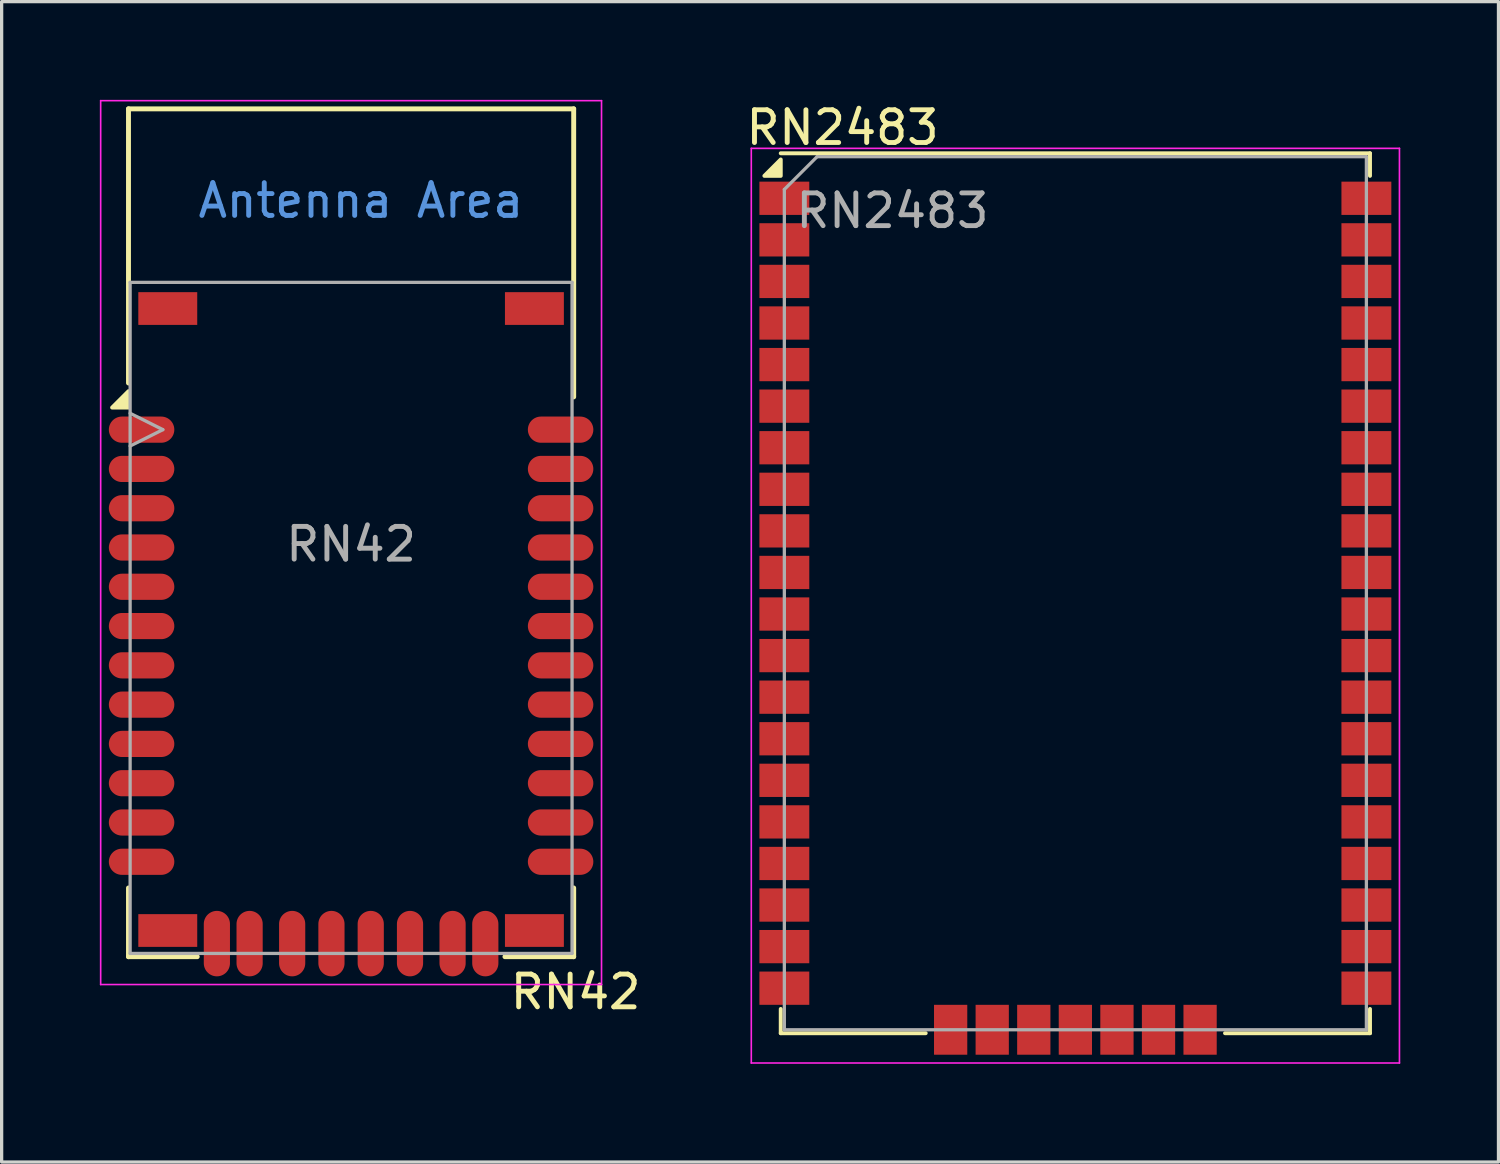
<source format=kicad_pcb>
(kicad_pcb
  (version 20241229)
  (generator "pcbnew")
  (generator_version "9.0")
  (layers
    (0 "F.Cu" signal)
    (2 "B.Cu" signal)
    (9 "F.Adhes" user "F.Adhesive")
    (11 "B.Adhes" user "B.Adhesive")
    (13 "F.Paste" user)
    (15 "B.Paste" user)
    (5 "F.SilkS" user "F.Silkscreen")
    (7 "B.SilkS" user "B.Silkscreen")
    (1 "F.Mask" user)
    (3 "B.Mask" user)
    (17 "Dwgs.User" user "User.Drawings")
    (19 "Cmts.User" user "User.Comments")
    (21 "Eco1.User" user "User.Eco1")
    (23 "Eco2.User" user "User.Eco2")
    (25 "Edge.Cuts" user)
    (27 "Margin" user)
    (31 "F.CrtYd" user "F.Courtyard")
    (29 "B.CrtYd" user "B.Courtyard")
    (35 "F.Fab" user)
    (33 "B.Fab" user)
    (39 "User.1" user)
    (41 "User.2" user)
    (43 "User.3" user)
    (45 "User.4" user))
  (footprint "RN2483"
    (layer "F.Cu")
    (at 29.8 15.072)
    (property "Reference" "RN2483" (at -7.112 -14.224 0) (layer "F.SilkS") (effects (font (size 1 1) (thickness 0.15))))
    (attr smd)
    (fp_line (start -9 -13.44) (end 9 -13.44) (stroke (width 0.12) (type solid)) (layer "F.SilkS"))
    (fp_line (start -9 12.7) (end -9 13.44) (stroke (width 0.12) (type solid)) (layer "F.SilkS"))
    (fp_line (start -9 13.44) (end -4.572 13.44) (stroke (width 0.12) (type solid)) (layer "F.SilkS"))
    (fp_line (start 4.572 13.44) (end 9 13.44) (stroke (width 0.12) (type solid)) (layer "F.SilkS"))
    (fp_line (start 9 -13.44) (end 9 -12.75) (stroke (width 0.12) (type solid)) (layer "F.SilkS"))
    (fp_line (start 9 13.44) (end 9 12.7) (stroke (width 0.12) (type solid)) (layer "F.SilkS"))
    (fp_poly (pts (xy -9 -12.75) (xy -9.5 -12.75) (xy -9 -13.25) (xy -9 -12.75)) (stroke (width 0.12) (type solid)) (fill yes) (layer "F.SilkS"))
    (fp_line (start -9.9 -13.59) (end 9.9 -13.59) (stroke (width 0.05) (type solid)) (layer "F.CrtYd"))
    (fp_line (start -9.9 14.35) (end -9.9 -13.59) (stroke (width 0.05) (type solid)) (layer "F.CrtYd"))
    (fp_line (start 9.9 -13.59) (end 9.9 14.35) (stroke (width 0.05) (type solid)) (layer "F.CrtYd"))
    (fp_line (start 9.9 14.35) (end -9.9 14.35) (stroke (width 0.05) (type solid)) (layer "F.CrtYd"))
    (fp_line (start -8.89 13.335) (end -8.89 -12.335) (stroke (width 0.1) (type solid)) (layer "F.Fab"))
    (fp_line (start -7.89 -13.335) (end -8.89 -12.335) (stroke (width 0.1) (type solid)) (layer "F.Fab"))
    (fp_line (start -7.89 -13.335) (end 8.89 -13.335) (stroke (width 0.1) (type solid)) (layer "F.Fab"))
    (fp_line (start 8.89 -13.335) (end 8.89 13.335) (stroke (width 0.1) (type solid)) (layer "F.Fab"))
    (fp_line (start 8.89 13.335) (end -8.89 13.335) (stroke (width 0.1) (type solid)) (layer "F.Fab"))
    (fp_text user "${REFERENCE}" (at -5.588 -11.684 0) (layer "F.Fab") (effects (font (size 1 1) (thickness 0.15))))
    (pad "1" smd rect (at -8.89 -12.065) (size 1.524 1.016) (layers "F.Cu" "F.Mask" "F.Paste"))
    (pad "2" smd rect (at -8.89 -10.795) (size 1.524 1.016) (layers "F.Cu" "F.Mask" "F.Paste"))
    (pad "3" smd rect (at -8.89 -9.525) (size 1.524 1.016) (layers "F.Cu" "F.Mask" "F.Paste"))
    (pad "4" smd rect (at -8.89 -8.255) (size 1.524 1.016) (layers "F.Cu" "F.Mask" "F.Paste"))
    (pad "5" smd rect (at -8.89 -6.985) (size 1.524 1.016) (layers "F.Cu" "F.Mask" "F.Paste"))
    (pad "6" smd rect (at -8.89 -5.715) (size 1.524 1.016) (layers "F.Cu" "F.Mask" "F.Paste"))
    (pad "7" smd rect (at -8.89 -4.445) (size 1.524 1.016) (layers "F.Cu" "F.Mask" "F.Paste"))
    (pad "8" smd rect (at -8.89 -3.175) (size 1.524 1.016) (layers "F.Cu" "F.Mask" "F.Paste"))
    (pad "9" smd rect (at -8.89 -1.905) (size 1.524 1.016) (layers "F.Cu" "F.Mask" "F.Paste"))
    (pad "10" smd rect (at -8.89 -0.635) (size 1.524 1.016) (layers "F.Cu" "F.Mask" "F.Paste"))
    (pad "11" smd rect (at -8.89 0.635) (size 1.524 1.016) (layers "F.Cu" "F.Mask" "F.Paste"))
    (pad "12" smd rect (at -8.89 1.905) (size 1.524 1.016) (layers "F.Cu" "F.Mask" "F.Paste"))
    (pad "13" smd rect (at -8.89 3.175) (size 1.524 1.016) (layers "F.Cu" "F.Mask" "F.Paste"))
    (pad "14" smd rect (at -8.89 4.445) (size 1.524 1.016) (layers "F.Cu" "F.Mask" "F.Paste"))
    (pad "15" smd rect (at -8.89 5.715) (size 1.524 1.016) (layers "F.Cu" "F.Mask" "F.Paste"))
    (pad "16" smd rect (at -8.89 6.985) (size 1.524 1.016) (layers "F.Cu" "F.Mask" "F.Paste"))
    (pad "17" smd rect (at -8.89 8.255) (size 1.524 1.016) (layers "F.Cu" "F.Mask" "F.Paste"))
    (pad "18" smd rect (at -8.89 9.525) (size 1.524 1.016) (layers "F.Cu" "F.Mask" "F.Paste"))
    (pad "19" smd rect (at -8.89 10.795) (size 1.524 1.016) (layers "F.Cu" "F.Mask" "F.Paste"))
    (pad "20" smd rect (at -8.89 12.065) (size 1.524 1.016) (layers "F.Cu" "F.Mask" "F.Paste"))
    (pad "21" smd rect (at -3.81 13.335 90) (size 1.524 1.016) (layers "F.Cu" "F.Mask" "F.Paste"))
    (pad "22" smd rect (at -2.54 13.335 90) (size 1.524 1.016) (layers "F.Cu" "F.Mask" "F.Paste"))
    (pad "23" smd rect (at -1.27 13.335 90) (size 1.524 1.016) (layers "F.Cu" "F.Mask" "F.Paste"))
    (pad "24" smd rect (at 0 13.335 90) (size 1.524 1.016) (layers "F.Cu" "F.Mask" "F.Paste"))
    (pad "25" smd rect (at 1.27 13.335 90) (size 1.524 1.016) (layers "F.Cu" "F.Mask" "F.Paste"))
    (pad "26" smd rect (at 2.54 13.335 90) (size 1.524 1.016) (layers "F.Cu" "F.Mask" "F.Paste"))
    (pad "27" smd rect (at 3.81 13.335 90) (size 1.524 1.016) (layers "F.Cu" "F.Mask" "F.Paste"))
    (pad "28" smd rect (at 8.89 12.065) (size 1.524 1.016) (layers "F.Cu" "F.Mask" "F.Paste"))
    (pad "29" smd rect (at 8.89 10.795) (size 1.524 1.016) (layers "F.Cu" "F.Mask" "F.Paste"))
    (pad "30" smd rect (at 8.89 9.525) (size 1.524 1.016) (layers "F.Cu" "F.Mask" "F.Paste"))
    (pad "31" smd rect (at 8.89 8.255) (size 1.524 1.016) (layers "F.Cu" "F.Mask" "F.Paste"))
    (pad "32" smd rect (at 8.89 6.985) (size 1.524 1.016) (layers "F.Cu" "F.Mask" "F.Paste"))
    (pad "33" smd rect (at 8.89 5.715) (size 1.524 1.016) (layers "F.Cu" "F.Mask" "F.Paste"))
    (pad "34" smd rect (at 8.89 4.445) (size 1.524 1.016) (layers "F.Cu" "F.Mask" "F.Paste"))
    (pad "35" smd rect (at 8.89 3.175) (size 1.524 1.016) (layers "F.Cu" "F.Mask" "F.Paste"))
    (pad "36" smd rect (at 8.89 1.905) (size 1.524 1.016) (layers "F.Cu" "F.Mask" "F.Paste"))
    (pad "37" smd rect (at 8.89 0.635) (size 1.524 1.016) (layers "F.Cu" "F.Mask" "F.Paste"))
    (pad "38" smd rect (at 8.89 -0.635) (size 1.524 1.016) (layers "F.Cu" "F.Mask" "F.Paste"))
    (pad "39" smd rect (at 8.89 -1.905) (size 1.524 1.016) (layers "F.Cu" "F.Mask" "F.Paste"))
    (pad "40" smd rect (at 8.89 -3.175) (size 1.524 1.016) (layers "F.Cu" "F.Mask" "F.Paste"))
    (pad "41" smd rect (at 8.89 -4.445) (size 1.524 1.016) (layers "F.Cu" "F.Mask" "F.Paste"))
    (pad "42" smd rect (at 8.89 -5.715) (size 1.524 1.016) (layers "F.Cu" "F.Mask" "F.Paste"))
    (pad "43" smd rect (at 8.89 -6.985) (size 1.524 1.016) (layers "F.Cu" "F.Mask" "F.Paste"))
    (pad "44" smd rect (at 8.89 -8.255) (size 1.524 1.016) (layers "F.Cu" "F.Mask" "F.Paste"))
    (pad "45" smd rect (at 8.89 -9.525) (size 1.524 1.016) (layers "F.Cu" "F.Mask" "F.Paste"))
    (pad "46" smd rect (at 8.89 -10.795) (size 1.524 1.016) (layers "F.Cu" "F.Mask" "F.Paste"))
    (pad "47" smd rect (at 8.89 -12.065) (size 1.524 1.016) (layers "F.Cu" "F.Mask" "F.Paste")))
  (footprint "RN42"
    (layer "F.Cu")
    (at 7.675 16.075)
    (property "Reference" "RN42" (at 6.858 11.176 0) (layer "F.SilkS") (effects (font (size 1 1) (thickness 0.15))))
    (attr smd)
    (fp_line (start -6.8 -15.8) (end 6.8 -15.8) (stroke (width 0.15) (type solid)) (layer "F.SilkS"))
    (fp_line (start -6.8 -7.425) (end -6.8 -15.8) (stroke (width 0.15) (type solid)) (layer "F.SilkS"))
    (fp_line (start -6.8 10.1) (end -6.8 8) (stroke (width 0.15) (type solid)) (layer "F.SilkS"))
    (fp_line (start -4.7 10.1) (end -6.8 10.1) (stroke (width 0.15) (type solid)) (layer "F.SilkS"))
    (fp_line (start 4.7 10.1) (end 6.8 10.1) (stroke (width 0.15) (type solid)) (layer "F.SilkS"))
    (fp_line (start 6.8 -15.8) (end 6.8 -7) (stroke (width 0.15) (type solid)) (layer "F.SilkS"))
    (fp_line (start 6.8 10.1) (end 6.8 8) (stroke (width 0.15) (type solid)) (layer "F.SilkS"))
    (fp_poly (pts (xy -6.8 -6.675) (xy -7.3 -6.675) (xy -6.8 -7.175) (xy -6.8 -6.675)) (stroke (width 0.12) (type solid)) (fill yes) (layer "F.SilkS"))
    (fp_line (start -7.65 -16.05) (end 7.65 -16.05) (stroke (width 0.05) (type solid)) (layer "F.CrtYd"))
    (fp_line (start -7.65 10.95) (end -7.65 -16.05) (stroke (width 0.05) (type solid)) (layer "F.CrtYd"))
    (fp_line (start 7.65 -16.05) (end 7.65 10.95) (stroke (width 0.05) (type solid)) (layer "F.CrtYd"))
    (fp_line (start 7.65 10.95) (end -7.65 10.95) (stroke (width 0.05) (type solid)) (layer "F.CrtYd"))
    (fp_line (start -6.75 -10.5) (end 6.75 -10.5) (stroke (width 0.1) (type solid)) (layer "F.Fab"))
    (fp_line (start -6.75 -6.5) (end -5.75 -6) (stroke (width 0.1) (type solid)) (layer "F.Fab"))
    (fp_line (start -6.75 10) (end -6.75 -10.5) (stroke (width 0.1) (type solid)) (layer "F.Fab"))
    (fp_line (start -5.75 -6) (end -6.75 -5.5) (stroke (width 0.1) (type solid)) (layer "F.Fab"))
    (fp_line (start 6.75 -10.5) (end 6.75 10) (stroke (width 0.1) (type solid)) (layer "F.Fab"))
    (fp_line (start 6.75 10) (end -6.75 10) (stroke (width 0.1) (type solid)) (layer "F.Fab"))
    (fp_text user "Antenna Area" (at 0.3 -13 0) (layer "Cmts.User") (effects (font (size 1 1) (thickness 0.15))))
    (fp_text user "${REFERENCE}" (at 0 -2.5 0) (layer "F.Fab") (effects (font (size 1 1) (thickness 0.15))))
    (pad "1" smd oval (at -6.4 -6) (size 2 0.8) (layers "F.Cu" "F.Mask" "F.Paste"))
    (pad "2" smd oval (at -6.4 -4.8) (size 2 0.8) (layers "F.Cu" "F.Mask" "F.Paste"))
    (pad "3" smd oval (at -6.4 -3.6) (size 2 0.8) (layers "F.Cu" "F.Mask" "F.Paste"))
    (pad "4" smd oval (at -6.4 -2.4) (size 2 0.8) (layers "F.Cu" "F.Mask" "F.Paste"))
    (pad "5" smd oval (at -6.4 -1.2) (size 2 0.8) (layers "F.Cu" "F.Mask" "F.Paste"))
    (pad "6" smd oval (at -6.4 0) (size 2 0.8) (layers "F.Cu" "F.Mask" "F.Paste"))
    (pad "7" smd oval (at -6.4 1.2) (size 2 0.8) (layers "F.Cu" "F.Mask" "F.Paste"))
    (pad "8" smd oval (at -6.4 2.4) (size 2 0.8) (layers "F.Cu" "F.Mask" "F.Paste"))
    (pad "9" smd oval (at -6.4 3.6) (size 2 0.8) (layers "F.Cu" "F.Mask" "F.Paste"))
    (pad "10" smd oval (at -6.4 4.8) (size 2 0.8) (layers "F.Cu" "F.Mask" "F.Paste"))
    (pad "11" smd oval (at -6.4 6) (size 2 0.8) (layers "F.Cu" "F.Mask" "F.Paste"))
    (pad "12" smd oval (at -6.4 7.2) (size 2 0.8) (layers "F.Cu" "F.Mask" "F.Paste"))
    (pad "13" smd oval (at 6.4 7.2) (size 2 0.8) (layers "F.Cu" "F.Mask" "F.Paste"))
    (pad "14" smd oval (at 6.4 6) (size 2 0.8) (layers "F.Cu" "F.Mask" "F.Paste"))
    (pad "15" smd oval (at 6.4 4.8) (size 2 0.8) (layers "F.Cu" "F.Mask" "F.Paste"))
    (pad "16" smd oval (at 6.4 3.6) (size 2 0.8) (layers "F.Cu" "F.Mask" "F.Paste"))
    (pad "17" smd oval (at 6.4 2.4) (size 2 0.8) (layers "F.Cu" "F.Mask" "F.Paste"))
    (pad "18" smd oval (at 6.4 1.2) (size 2 0.8) (layers "F.Cu" "F.Mask" "F.Paste"))
    (pad "19" smd oval (at 6.4 0) (size 2 0.8) (layers "F.Cu" "F.Mask" "F.Paste"))
    (pad "20" smd oval (at 6.4 -1.2) (size 2 0.8) (layers "F.Cu" "F.Mask" "F.Paste"))
    (pad "21" smd oval (at 6.4 -2.4) (size 2 0.8) (layers "F.Cu" "F.Mask" "F.Paste"))
    (pad "22" smd oval (at 6.4 -3.6) (size 2 0.8) (layers "F.Cu" "F.Mask" "F.Paste"))
    (pad "23" smd oval (at 6.4 -4.8) (size 2 0.8) (layers "F.Cu" "F.Mask" "F.Paste"))
    (pad "24" smd oval (at 6.4 -6) (size 2 0.8) (layers "F.Cu" "F.Mask" "F.Paste"))
    (pad "28" smd oval (at 3.1 9.7 90) (size 2 0.8) (layers "F.Cu" "F.Mask" "F.Paste"))
    (pad "29" smd oval (at -3.1 9.7 90) (size 2 0.8) (layers "F.Cu" "F.Mask" "F.Paste"))
    (pad "30" smd oval (at 4.1 9.7 90) (size 2 0.8) (layers "F.Cu" "F.Mask" "F.Paste"))
    (pad "31" smd oval (at 1.8 9.7 90) (size 2 0.8) (layers "F.Cu" "F.Mask" "F.Paste"))
    (pad "32" smd oval (at 0.6 9.7 90) (size 2 0.8) (layers "F.Cu" "F.Mask" "F.Paste"))
    (pad "33" smd oval (at -0.6 9.7 90) (size 2 0.8) (layers "F.Cu" "F.Mask" "F.Paste"))
    (pad "34" smd oval (at -1.8 9.7 90) (size 2 0.8) (layers "F.Cu" "F.Mask" "F.Paste"))
    (pad "35" smd oval (at -4.1 9.7 90) (size 2 0.8) (layers "F.Cu" "F.Mask" "F.Paste"))
    (pad "36" smd rect (at -5.6 -9.7) (size 1.8 1) (layers "F.Cu" "F.Mask" "F.Paste"))
    (pad "36" smd rect (at -5.6 9.3) (size 1.8 1) (layers "F.Cu" "F.Mask" "F.Paste"))
    (pad "36" smd rect (at 5.6 -9.7) (size 1.8 1) (layers "F.Cu" "F.Mask" "F.Paste"))
    (pad "36" smd rect (at 5.6 9.3) (size 1.8 1) (layers "F.Cu" "F.Mask" "F.Paste")))
  (gr_rect
    (start -3 -3)
    (end 42.725 32.447)
    (stroke (width 0.1) (type default))
    (fill no)
    (layer "Edge.Cuts")))
</source>
